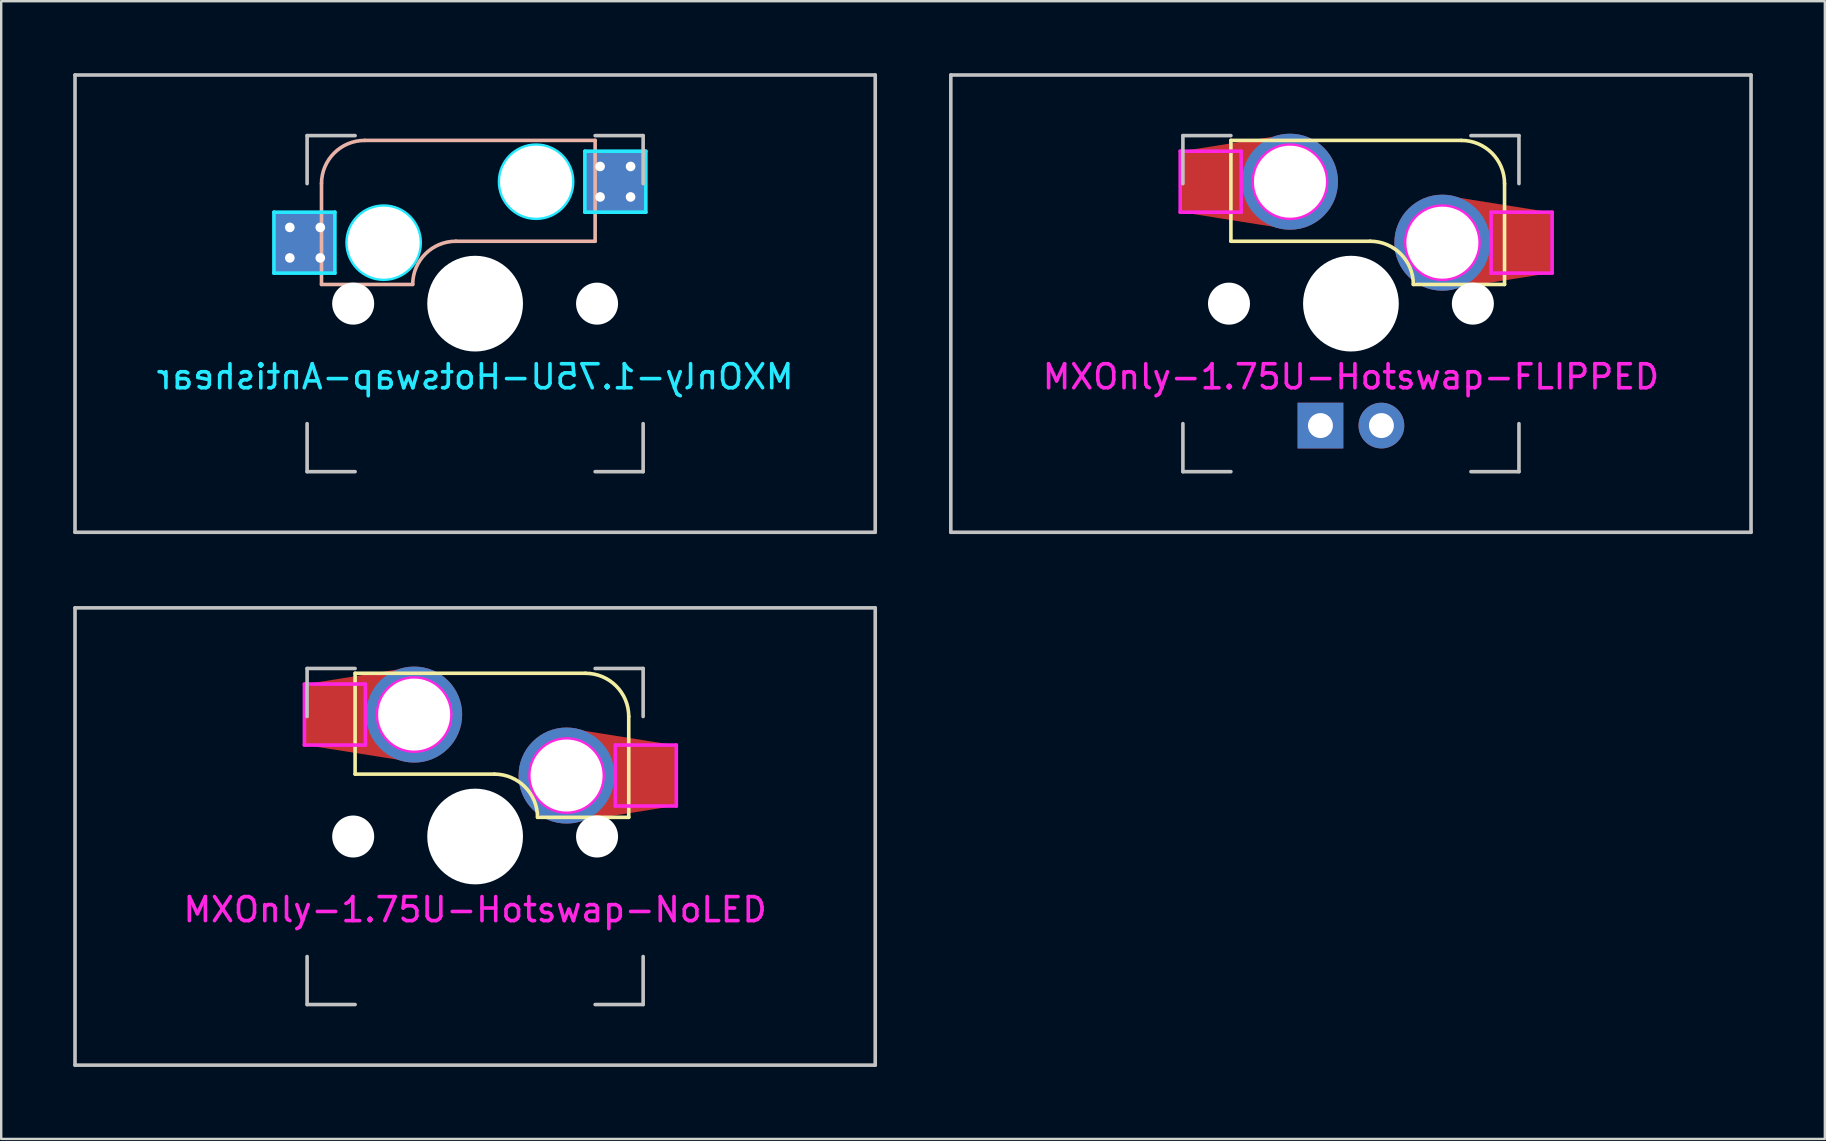
<source format=kicad_pcb>
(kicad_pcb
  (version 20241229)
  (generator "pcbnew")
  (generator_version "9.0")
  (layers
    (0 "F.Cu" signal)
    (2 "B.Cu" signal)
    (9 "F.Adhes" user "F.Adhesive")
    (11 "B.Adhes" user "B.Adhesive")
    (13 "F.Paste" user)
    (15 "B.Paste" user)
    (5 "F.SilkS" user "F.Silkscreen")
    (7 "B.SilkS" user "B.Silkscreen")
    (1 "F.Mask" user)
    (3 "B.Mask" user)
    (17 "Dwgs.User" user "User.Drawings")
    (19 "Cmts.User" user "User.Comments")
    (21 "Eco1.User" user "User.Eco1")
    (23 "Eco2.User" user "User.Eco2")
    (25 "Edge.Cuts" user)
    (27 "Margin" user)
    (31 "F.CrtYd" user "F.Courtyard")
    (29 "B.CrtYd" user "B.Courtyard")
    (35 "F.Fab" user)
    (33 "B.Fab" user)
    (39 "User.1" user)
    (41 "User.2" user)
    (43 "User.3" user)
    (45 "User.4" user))
  (footprint "MXOnly-1.75U-Hotswap-Antishear"
    (layer "F.Cu")
    (at 16.744 9.6)
    (property "Reference" "MXOnly-1.75U-Hotswap-Antishear" (at 0 3.048 0) (layer "B.CrtYd") (effects (font (size 1 1) (thickness 0.15)) (justify mirror)))
    (attr smd)
    (fp_line (start -6.4 -5) (end -6.4 -0.8) (stroke (width 0.15) (type solid)) (layer "B.SilkS"))
    (fp_line (start -6.4 -0.8) (end -2.6 -0.8) (stroke (width 0.15) (type solid)) (layer "B.SilkS"))
    (fp_line (start -0.8 -2.6) (end 5 -2.6) (stroke (width 0.15) (type solid)) (layer "B.SilkS"))
    (fp_line (start 5 -6.8) (end -4.6 -6.8) (stroke (width 0.15) (type solid)) (layer "B.SilkS"))
    (fp_line (start 5 -2.6) (end 5 -6.8) (stroke (width 0.15) (type solid)) (layer "B.SilkS"))
    (fp_arc (start -6.4 -5) (mid -5.872792 -6.272792) (end -4.6 -6.8) (stroke (width 0.15) (type solid)) (layer "B.SilkS"))
    (fp_arc (start -2.6 -0.8) (mid -2.072792 -2.072792) (end -0.8 -2.6) (stroke (width 0.15) (type solid)) (layer "B.SilkS"))
    (fp_line (start -16.669 -9.525) (end 16.669 -9.525) (stroke (width 0.15) (type solid)) (layer "Dwgs.User"))
    (fp_line (start -16.669 9.525) (end -16.669 -9.525) (stroke (width 0.15) (type solid)) (layer "Dwgs.User"))
    (fp_line (start -7 -7) (end -7 -5) (stroke (width 0.15) (type solid)) (layer "Dwgs.User"))
    (fp_line (start -7 5) (end -7 7) (stroke (width 0.15) (type solid)) (layer "Dwgs.User"))
    (fp_line (start -7 7) (end -5 7) (stroke (width 0.15) (type solid)) (layer "Dwgs.User"))
    (fp_line (start -5 -7) (end -7 -7) (stroke (width 0.15) (type solid)) (layer "Dwgs.User"))
    (fp_line (start 5 -7) (end 7 -7) (stroke (width 0.15) (type solid)) (layer "Dwgs.User"))
    (fp_line (start 5 7) (end 7 7) (stroke (width 0.15) (type solid)) (layer "Dwgs.User"))
    (fp_line (start 7 -7) (end 7 -5) (stroke (width 0.15) (type solid)) (layer "Dwgs.User"))
    (fp_line (start 7 7) (end 7 5) (stroke (width 0.15) (type solid)) (layer "Dwgs.User"))
    (fp_line (start 16.669 -9.525) (end 16.669 9.525) (stroke (width 0.15) (type solid)) (layer "Dwgs.User"))
    (fp_line (start 16.669 9.525) (end -16.669 9.525) (stroke (width 0.15) (type solid)) (layer "Dwgs.User"))
    (fp_line (start -8.382 -3.81) (end -5.842 -3.81) (stroke (width 0.15) (type solid)) (layer "B.CrtYd"))
    (fp_line (start -8.382 -1.27) (end -8.382 -3.81) (stroke (width 0.15) (type solid)) (layer "B.CrtYd"))
    (fp_line (start -5.842 -3.81) (end -5.842 -1.27) (stroke (width 0.15) (type solid)) (layer "B.CrtYd"))
    (fp_line (start -5.842 -1.27) (end -8.382 -1.27) (stroke (width 0.15) (type solid)) (layer "B.CrtYd"))
    (fp_line (start 4.572 -6.35) (end 7.112 -6.35) (stroke (width 0.15) (type solid)) (layer "B.CrtYd"))
    (fp_line (start 4.572 -3.81) (end 4.572 -6.35) (stroke (width 0.15) (type solid)) (layer "B.CrtYd"))
    (fp_line (start 7.112 -6.35) (end 7.112 -3.81) (stroke (width 0.15) (type solid)) (layer "B.CrtYd"))
    (fp_line (start 7.112 -3.81) (end 4.572 -3.81) (stroke (width 0.15) (type solid)) (layer "B.CrtYd"))
    (fp_circle (center -3.81 -2.54) (end -3.81 -4.064) (stroke (width 0.15) (type solid)) (fill no) (layer "B.CrtYd"))
    (fp_circle (center 2.54 -5.08) (end 2.54 -6.604) (stroke (width 0.15) (type solid)) (fill no) (layer "B.CrtYd"))
    (pad "" np_thru_hole circle (at -5.08 0 48.1) (size 1.75 1.75) (drill 1.75) (layers "*.Cu" "*.Mask"))
    (pad "" np_thru_hole circle (at -3.81 -2.54) (size 3 3) (drill 3) (layers "*.Cu" "*.Mask"))
    (pad "" np_thru_hole circle (at 0 0) (size 3.988 3.988) (drill 3.988) (layers "*.Cu" "*.Mask"))
    (pad "" np_thru_hole circle (at 2.54 -5.08) (size 3 3) (drill 3) (layers "*.Cu" "*.Mask"))
    (pad "" np_thru_hole circle (at 5.08 0 48.1) (size 1.75 1.75) (drill 1.75) (layers "*.Cu" "*.Mask"))
    (pad "1" thru_hole circle (at -7.72 -3.175) (size 0.8 0.8) (drill 0.4) (layers "*.Cu" "B.Mask"))
    (pad "1" thru_hole circle (at -7.72 -1.905) (size 0.8 0.8) (drill 0.4) (layers "*.Cu" "B.Mask"))
    (pad "1" smd rect (at -7.085 -2.54) (size 2.55 2.5) (layers "B.Cu" "B.Mask" "B.Paste"))
    (pad "1" thru_hole circle (at -6.45 -3.175) (size 0.8 0.8) (drill 0.4) (layers "*.Cu" "B.Mask"))
    (pad "1" thru_hole circle (at -6.45 -1.905) (size 0.8 0.8) (drill 0.4) (layers "*.Cu" "B.Mask"))
    (pad "2" thru_hole circle (at 5.207 -5.715) (size 0.8 0.8) (drill 0.4) (layers "*.Cu" "B.Mask"))
    (pad "2" thru_hole circle (at 5.207 -4.445) (size 0.8 0.8) (drill 0.4) (layers "*.Cu" "B.Mask"))
    (pad "2" smd rect (at 5.842 -5.08) (size 2.55 2.5) (layers "B.Cu" "B.Mask" "B.Paste"))
    (pad "2" thru_hole circle (at 6.477 -5.715) (size 0.8 0.8) (drill 0.4) (layers "*.Cu" "B.Mask"))
    (pad "2" thru_hole circle (at 6.477 -4.445) (size 0.8 0.8) (drill 0.4) (layers "*.Cu" "B.Mask")))
  (footprint "MXOnly-1.75U-Hotswap-NoLED"
    (layer "F.Cu")
    (at 16.744 31.8)
    (property "Reference" "MXOnly-1.75U-Hotswap-NoLED" (at 0 3.048 180) (layer "F.CrtYd") (effects (font (size 1 1) (thickness 0.15))))
    (attr smd)
    (fp_line (start -5 -6.8) (end 4.6 -6.8) (stroke (width 0.15) (type solid)) (layer "F.SilkS"))
    (fp_line (start -5 -2.6) (end -5 -6.8) (stroke (width 0.15) (type solid)) (layer "F.SilkS"))
    (fp_line (start 0.8 -2.6) (end -5 -2.6) (stroke (width 0.15) (type solid)) (layer "F.SilkS"))
    (fp_line (start 6.4 -5) (end 6.4 -0.8) (stroke (width 0.15) (type solid)) (layer "F.SilkS"))
    (fp_line (start 6.4 -0.8) (end 2.6 -0.8) (stroke (width 0.15) (type solid)) (layer "F.SilkS"))
    (fp_arc (start 0.8 -2.6) (mid 2.072792 -2.072792) (end 2.6 -0.8) (stroke (width 0.15) (type solid)) (layer "F.SilkS"))
    (fp_arc (start 4.6 -6.8) (mid 5.872792 -6.272792) (end 6.4 -5) (stroke (width 0.15) (type solid)) (layer "F.SilkS"))
    (fp_poly (pts (xy -5.08 -3.493) (xy -7.112 -3.81) (xy -7.112 -6.35) (xy -5.08 -6.668)) (stroke (width 0.1) (type solid)) (fill yes) (layer "F.Paste"))
    (fp_poly (pts (xy 6.477 -4.064) (xy 8.509 -3.747) (xy 8.509 -1.206) (xy 6.477 -0.889)) (stroke (width 0.1) (type solid)) (fill yes) (layer "F.Paste"))
    (fp_line (start -16.669 -9.525) (end -16.669 9.525) (stroke (width 0.15) (type solid)) (layer "Dwgs.User"))
    (fp_line (start -16.669 9.525) (end 16.669 9.525) (stroke (width 0.15) (type solid)) (layer "Dwgs.User"))
    (fp_line (start -7 -7) (end -7 -5) (stroke (width 0.15) (type solid)) (layer "Dwgs.User"))
    (fp_line (start -7 7) (end -7 5) (stroke (width 0.15) (type solid)) (layer "Dwgs.User"))
    (fp_line (start -5 -7) (end -7 -7) (stroke (width 0.15) (type solid)) (layer "Dwgs.User"))
    (fp_line (start -5 7) (end -7 7) (stroke (width 0.15) (type solid)) (layer "Dwgs.User"))
    (fp_line (start 5 -7) (end 7 -7) (stroke (width 0.15) (type solid)) (layer "Dwgs.User"))
    (fp_line (start 7 -7) (end 7 -5) (stroke (width 0.15) (type solid)) (layer "Dwgs.User"))
    (fp_line (start 7 5) (end 7 7) (stroke (width 0.15) (type solid)) (layer "Dwgs.User"))
    (fp_line (start 7 7) (end 5 7) (stroke (width 0.15) (type solid)) (layer "Dwgs.User"))
    (fp_line (start 16.669 -9.525) (end -16.669 -9.525) (stroke (width 0.15) (type solid)) (layer "Dwgs.User"))
    (fp_line (start 16.669 9.525) (end 16.669 -9.525) (stroke (width 0.15) (type solid)) (layer "Dwgs.User"))
    (fp_line (start -7.112 -6.35) (end -7.112 -3.81) (stroke (width 0.15) (type solid)) (layer "F.CrtYd"))
    (fp_line (start -7.112 -3.81) (end -4.572 -3.81) (stroke (width 0.15) (type solid)) (layer "F.CrtYd"))
    (fp_line (start -4.572 -6.35) (end -7.112 -6.35) (stroke (width 0.15) (type solid)) (layer "F.CrtYd"))
    (fp_line (start -4.572 -3.81) (end -4.572 -6.35) (stroke (width 0.15) (type solid)) (layer "F.CrtYd"))
    (fp_line (start 5.842 -3.81) (end 5.842 -1.27) (stroke (width 0.15) (type solid)) (layer "F.CrtYd"))
    (fp_line (start 5.842 -1.27) (end 8.382 -1.27) (stroke (width 0.15) (type solid)) (layer "F.CrtYd"))
    (fp_line (start 8.382 -3.81) (end 5.842 -3.81) (stroke (width 0.15) (type solid)) (layer "F.CrtYd"))
    (fp_line (start 8.382 -1.27) (end 8.382 -3.81) (stroke (width 0.15) (type solid)) (layer "F.CrtYd"))
    (fp_circle (center -2.54 -5.08) (end -2.54 -6.604) (stroke (width 0.15) (type solid)) (fill no) (layer "F.CrtYd"))
    (fp_circle (center 3.81 -2.54) (end 3.81 -4.064) (stroke (width 0.15) (type solid)) (fill no) (layer "F.CrtYd"))
    (pad "" np_thru_hole circle (at -5.08 0 131.9) (size 1.75 1.75) (drill 1.75) (layers "*.Cu" "*.Mask"))
    (pad "" np_thru_hole circle (at 0 0 180) (size 3.988 3.988) (drill 3.988) (layers "*.Cu" "*.Mask"))
    (pad "" np_thru_hole circle (at 5.08 0 131.9) (size 1.75 1.75) (drill 1.75) (layers "*.Cu" "*.Mask"))
    (pad "1" thru_hole circle (at 3.81 -2.54 180) (size 4 4) (drill 3) (layers "*.Cu" "F.Mask"))
    (pad "1" smd custom (at 7.085 -2.54 180) (size 2.55 2.5) (layers "F.Cu" "F.Mask") (options (anchor rect)) (primitives (gr_poly (pts (xy -1.195 1.219) (xy 3.275 1.93) (xy 3.275 -1.93) (xy -1.195 -1.219)) (width 0.1) (fill yes))))
    (pad "2" smd custom (at -5.841 -5.08 180) (size 2.55 2.5) (layers "F.Cu" "F.Mask") (options (anchor rect)) (primitives (gr_poly (pts (xy 1.219 -1.219) (xy -3.251 -1.93) (xy -3.251 1.93) (xy 1.219 1.219)) (width 0.1) (fill yes))))
    (pad "2" thru_hole circle (at -2.54 -5.08 180) (size 4 4) (drill 3) (layers "*.Cu" "F.Mask")))
  (footprint "MXOnly-1.75U-Hotswap-FLIPPED"
    (layer "F.Cu")
    (at 53.231 9.6)
    (property "Reference" "MXOnly-1.75U-Hotswap-FLIPPED" (at 0 3.048 180) (layer "F.CrtYd") (effects (font (size 1 1) (thickness 0.15))))
    (attr smd)
    (fp_line (start -5 -6.8) (end 4.6 -6.8) (stroke (width 0.15) (type solid)) (layer "F.SilkS"))
    (fp_line (start -5 -2.6) (end -5 -6.8) (stroke (width 0.15) (type solid)) (layer "F.SilkS"))
    (fp_line (start 0.8 -2.6) (end -5 -2.6) (stroke (width 0.15) (type solid)) (layer "F.SilkS"))
    (fp_line (start 6.4 -5) (end 6.4 -0.8) (stroke (width 0.15) (type solid)) (layer "F.SilkS"))
    (fp_line (start 6.4 -0.8) (end 2.6 -0.8) (stroke (width 0.15) (type solid)) (layer "F.SilkS"))
    (fp_arc (start 0.8 -2.6) (mid 2.072792 -2.072792) (end 2.6 -0.8) (stroke (width 0.15) (type solid)) (layer "F.SilkS"))
    (fp_arc (start 4.6 -6.8) (mid 5.872792 -6.272792) (end 6.4 -5) (stroke (width 0.15) (type solid)) (layer "F.SilkS"))
    (fp_poly (pts (xy -5.08 -3.493) (xy -7.112 -3.81) (xy -7.112 -6.35) (xy -5.08 -6.668)) (stroke (width 0.1) (type solid)) (fill yes) (layer "F.Paste"))
    (fp_poly (pts (xy 6.477 -4.064) (xy 8.509 -3.747) (xy 8.509 -1.206) (xy 6.477 -0.889)) (stroke (width 0.1) (type solid)) (fill yes) (layer "F.Paste"))
    (fp_line (start -16.669 -9.525) (end -16.669 9.525) (stroke (width 0.15) (type solid)) (layer "Dwgs.User"))
    (fp_line (start -16.669 9.525) (end 16.669 9.525) (stroke (width 0.15) (type solid)) (layer "Dwgs.User"))
    (fp_line (start -7 -7) (end -7 -5) (stroke (width 0.15) (type solid)) (layer "Dwgs.User"))
    (fp_line (start -7 7) (end -7 5) (stroke (width 0.15) (type solid)) (layer "Dwgs.User"))
    (fp_line (start -5 -7) (end -7 -7) (stroke (width 0.15) (type solid)) (layer "Dwgs.User"))
    (fp_line (start -5 7) (end -7 7) (stroke (width 0.15) (type solid)) (layer "Dwgs.User"))
    (fp_line (start 5 -7) (end 7 -7) (stroke (width 0.15) (type solid)) (layer "Dwgs.User"))
    (fp_line (start 7 -7) (end 7 -5) (stroke (width 0.15) (type solid)) (layer "Dwgs.User"))
    (fp_line (start 7 5) (end 7 7) (stroke (width 0.15) (type solid)) (layer "Dwgs.User"))
    (fp_line (start 7 7) (end 5 7) (stroke (width 0.15) (type solid)) (layer "Dwgs.User"))
    (fp_line (start 16.669 -9.525) (end -16.669 -9.525) (stroke (width 0.15) (type solid)) (layer "Dwgs.User"))
    (fp_line (start 16.669 9.525) (end 16.669 -9.525) (stroke (width 0.15) (type solid)) (layer "Dwgs.User"))
    (fp_line (start -7.112 -6.35) (end -7.112 -3.81) (stroke (width 0.15) (type solid)) (layer "F.CrtYd"))
    (fp_line (start -7.112 -3.81) (end -4.572 -3.81) (stroke (width 0.15) (type solid)) (layer "F.CrtYd"))
    (fp_line (start -4.572 -6.35) (end -7.112 -6.35) (stroke (width 0.15) (type solid)) (layer "F.CrtYd"))
    (fp_line (start -4.572 -3.81) (end -4.572 -6.35) (stroke (width 0.15) (type solid)) (layer "F.CrtYd"))
    (fp_line (start 5.842 -3.81) (end 5.842 -1.27) (stroke (width 0.15) (type solid)) (layer "F.CrtYd"))
    (fp_line (start 5.842 -1.27) (end 8.382 -1.27) (stroke (width 0.15) (type solid)) (layer "F.CrtYd"))
    (fp_line (start 8.382 -3.81) (end 5.842 -3.81) (stroke (width 0.15) (type solid)) (layer "F.CrtYd"))
    (fp_line (start 8.382 -1.27) (end 8.382 -3.81) (stroke (width 0.15) (type solid)) (layer "F.CrtYd"))
    (fp_circle (center -2.54 -5.08) (end -2.54 -6.604) (stroke (width 0.15) (type solid)) (fill no) (layer "F.CrtYd"))
    (fp_circle (center 3.81 -2.54) (end 3.81 -4.064) (stroke (width 0.15) (type solid)) (fill no) (layer "F.CrtYd"))
    (pad "" np_thru_hole circle (at -5.08 0 131.9) (size 1.75 1.75) (drill 1.75) (layers "*.Cu" "*.Mask"))
    (pad "" np_thru_hole circle (at 0 0 180) (size 3.988 3.988) (drill 3.988) (layers "*.Cu" "*.Mask"))
    (pad "" np_thru_hole circle (at 5.08 0 131.9) (size 1.75 1.75) (drill 1.75) (layers "*.Cu" "*.Mask"))
    (pad "1" thru_hole circle (at 3.81 -2.54 180) (size 4 4) (drill 3) (layers "*.Cu" "F.Mask"))
    (pad "1" smd custom (at 7.085 -2.54 180) (size 2.55 2.5) (layers "F.Cu" "F.Mask") (options (anchor rect)) (primitives (gr_poly (pts (xy -1.195 1.219) (xy 3.275 1.93) (xy 3.275 -1.93) (xy -1.195 -1.219)) (width 0.1) (fill yes))))
    (pad "2" smd custom (at -5.841 -5.08 180) (size 2.55 2.5) (layers "F.Cu" "F.Mask") (options (anchor rect)) (primitives (gr_poly (pts (xy 1.219 -1.219) (xy -3.251 -1.93) (xy -3.251 1.93) (xy 1.219 1.219)) (width 0.1) (fill yes))))
    (pad "2" thru_hole circle (at -2.54 -5.08 180) (size 4 4) (drill 3) (layers "*.Cu" "F.Mask"))
    (pad "3" thru_hole circle (at 1.27 5.08) (size 1.905 1.905) (drill 1.04) (layers "*.Cu" "B.Mask"))
    (pad "4" thru_hole rect (at -1.27 5.08) (size 1.905 1.905) (drill 1.04) (layers "*.Cu" "B.Mask")))
  (gr_rect
    (start -3 -3)
    (end 72.975 44.4)
    (stroke (width 0.1) (type default))
    (fill no)
    (layer "Edge.Cuts")))
</source>
